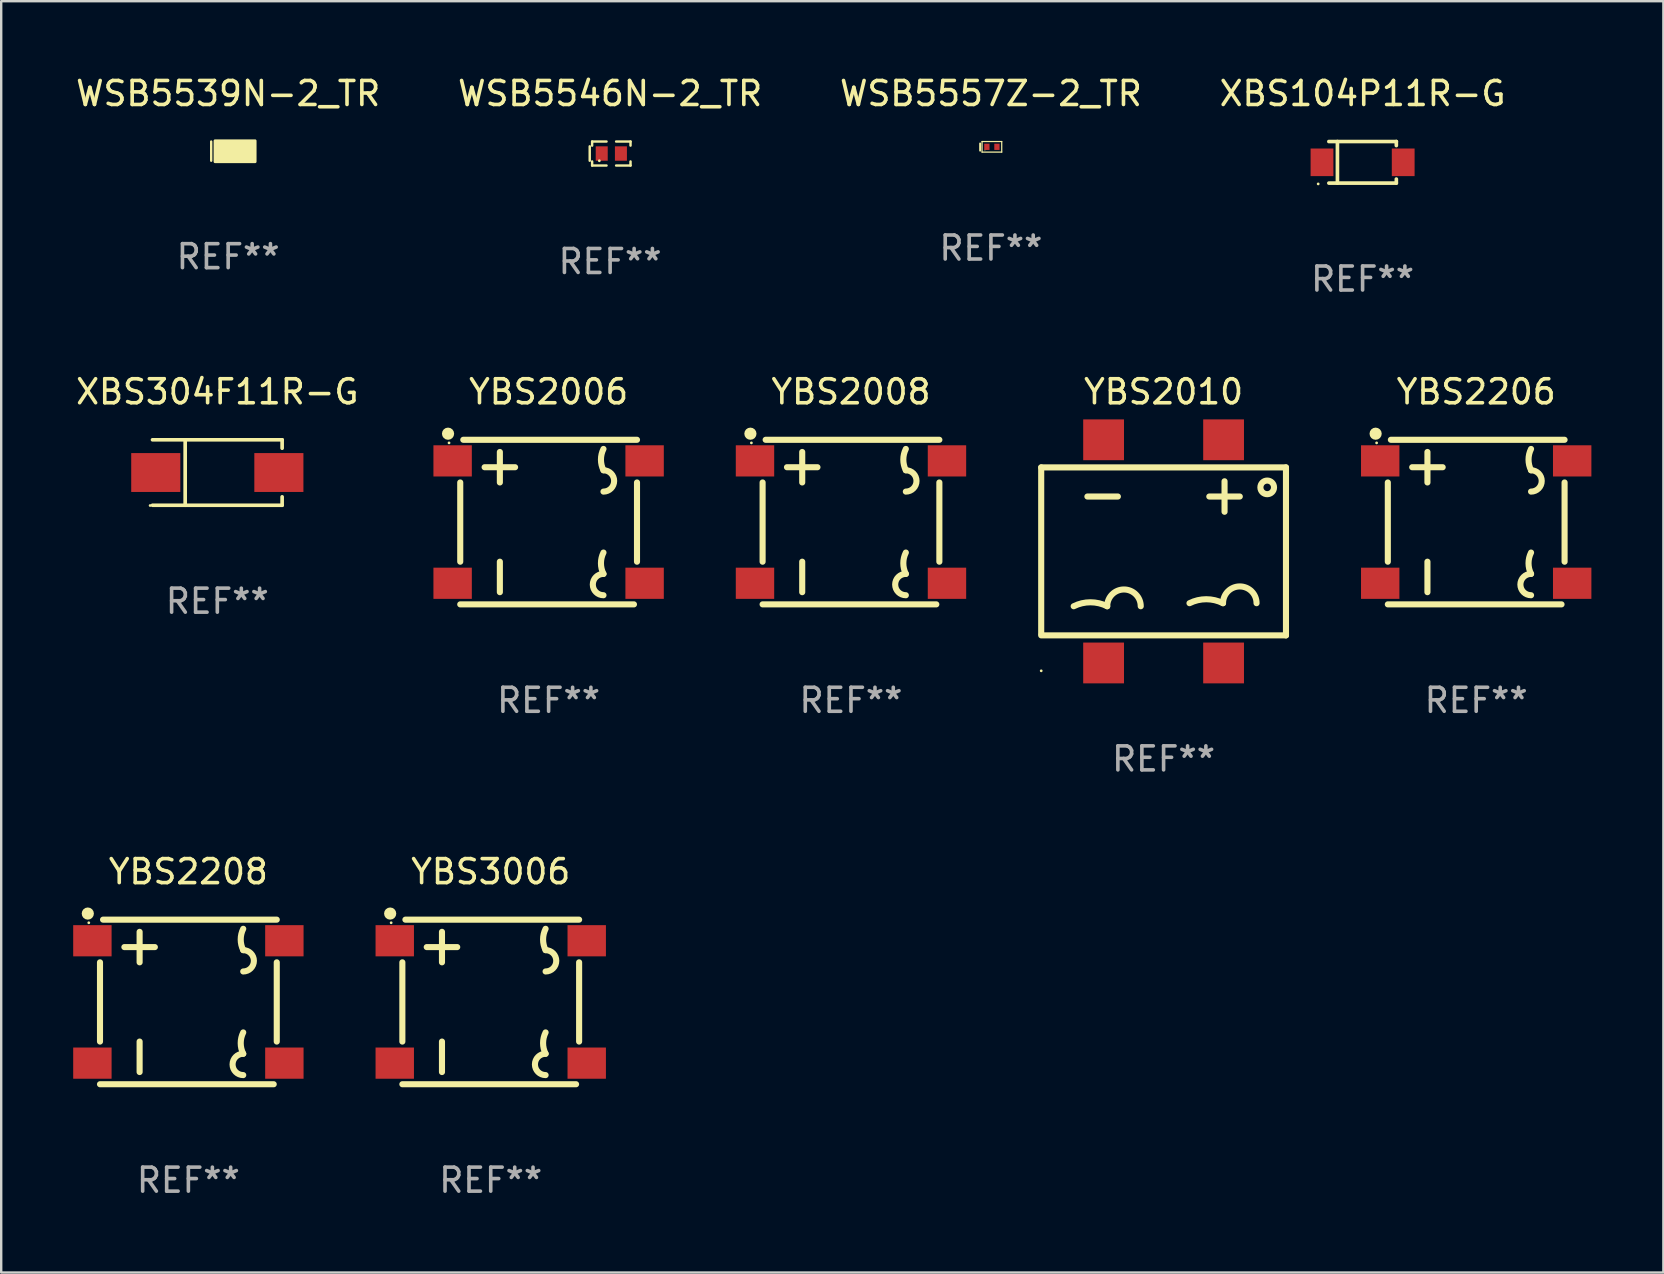
<source format=kicad_pcb>
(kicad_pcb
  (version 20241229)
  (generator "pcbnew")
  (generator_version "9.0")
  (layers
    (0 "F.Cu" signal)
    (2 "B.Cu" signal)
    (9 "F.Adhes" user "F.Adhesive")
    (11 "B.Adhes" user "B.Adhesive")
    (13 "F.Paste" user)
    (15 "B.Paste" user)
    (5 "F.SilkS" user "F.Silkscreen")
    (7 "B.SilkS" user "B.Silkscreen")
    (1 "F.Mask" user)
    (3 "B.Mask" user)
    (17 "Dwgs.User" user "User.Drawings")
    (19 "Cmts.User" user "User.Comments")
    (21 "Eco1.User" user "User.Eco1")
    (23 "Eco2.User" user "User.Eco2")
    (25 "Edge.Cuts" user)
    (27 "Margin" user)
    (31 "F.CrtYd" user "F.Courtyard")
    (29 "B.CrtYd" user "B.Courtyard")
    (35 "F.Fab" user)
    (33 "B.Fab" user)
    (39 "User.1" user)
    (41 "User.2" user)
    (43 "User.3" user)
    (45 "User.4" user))
  (footprint "YBS2010"
    (layer "F.Cu")
    (at 45.439 19.927)
    (property "Reference" "YBS2010" (at 0 -6.65 0) (layer "F.SilkS") (effects (font (size 1 1) (thickness 0.15))))
    (attr through_hole)
    (fp_line (start -5.1 -3.5) (end -5.1 3.429) (stroke (width 0.254) (type solid)) (layer "F.SilkS"))
    (fp_line (start -5.1 -3.5) (end 5.1 -3.5) (stroke (width 0.254) (type solid)) (layer "F.SilkS"))
    (fp_line (start -3.175 -2.286) (end -1.905 -2.286) (stroke (width 0.254) (type solid)) (layer "F.SilkS"))
    (fp_line (start 1.905 -2.286) (end 3.175 -2.286) (stroke (width 0.254) (type solid)) (layer "F.SilkS"))
    (fp_line (start 2.54 -1.651) (end 2.54 -2.921) (stroke (width 0.254) (type solid)) (layer "F.SilkS"))
    (fp_line (start 5.1 -3.5) (end 5.1 3.5) (stroke (width 0.254) (type solid)) (layer "F.SilkS"))
    (fp_line (start 5.1 3.5) (end -5.1 3.5) (stroke (width 0.254) (type solid)) (layer "F.SilkS"))
    (fp_arc (start -3.746495 2.286055) (mid -3.047993 2.121161) (end -2.349492 2.286055) (stroke (width 0.254001) (type solid)) (layer "F.SilkS"))
    (fp_arc (start -2.349493 2.286055) (mid -1.650991 1.587553) (end -0.952489 2.286055) (stroke (width 0.254001) (type solid)) (layer "F.SilkS"))
    (fp_arc (start 1.079515 2.159055) (mid 1.778016 1.994161) (end 2.476518 2.159055) (stroke (width 0.254001) (type solid)) (layer "F.SilkS"))
    (fp_arc (start 2.476518 2.159055) (mid 3.175019 1.460554) (end 3.87352 2.159055) (stroke (width 0.254001) (type solid)) (layer "F.SilkS"))
    (fp_circle (center -5.1 4.977) (end -5.07 4.977) (stroke (width 0.06) (type solid)) (fill no) (layer "F.SilkS"))
    (fp_circle (center 4.318 -2.667) (end 4.602 -2.667) (stroke (width 0.254) (type solid)) (fill no) (layer "F.SilkS"))
    (fp_text user "REF**" (at 0 8.65 0) (layer "F.Fab") (effects (font (size 1 1) (thickness 0.15))))
    (pad "1" smd rect (at -2.5 4.65) (size 1.7 1.7) (layers "F.Cu" "F.Mask" "F.Paste"))
    (pad "2" smd rect (at 2.5 4.65) (size 1.7 1.7) (layers "F.Cu" "F.Mask" "F.Paste"))
    (pad "3" smd rect (at 2.5 -4.65) (size 1.7 1.7) (layers "F.Cu" "F.Mask" "F.Paste"))
    (pad "4" smd rect (at -2.5 -4.65) (size 1.7 1.7) (layers "F.Cu" "F.Mask" "F.Paste")))
  (footprint "WSB5539N-2_TR"
    (layer "F.Cu")
    (at 6.458 3.248)
    (property "Reference" "WSB5539N-2_TR" (at 0 -2.4 0) (layer "F.SilkS") (effects (font (size 1 1) (thickness 0.15))))
    (attr through_hole)
    (fp_line (start -0.707 -0.4) (end -0.707 0.4) (stroke (width 0.1) (type solid)) (layer "F.SilkS"))
    (fp_circle (center -0.218 0.31) (end -0.188 0.31) (stroke (width 0.06) (type solid)) (fill no) (layer "F.SilkS"))
    (fp_poly (pts (xy -0.547 -0.43) (xy 1.123 -0.43) (xy 1.123 0.44) (xy -0.547 0.44)) (stroke (width 0.12) (type solid)) (fill yes) (layer "F.SilkS"))
    (fp_text user "REF**" (at 0 4.4 0) (layer "F.Fab") (effects (font (size 1 1) (thickness 0.15))))
    (pad "1" smd rect (at -0.142 0.01) (size 0.55 0.6) (layers "F.Cu" "F.Mask" "F.Paste"))
    (pad "2" smd rect (at 0.707 0.01) (size 0.55 0.6) (layers "F.Cu" "F.Mask" "F.Paste")))
  (footprint "XBS104P11R-G"
    (layer "F.Cu")
    (at 53.732 3.714)
    (property "Reference" "XBS104P11R-G" (at 0 -2.866 0) (layer "F.SilkS") (effects (font (size 1 1) (thickness 0.15))))
    (attr through_hole)
    (fp_line (start -1.406 -0.866) (end 1.406 -0.866) (stroke (width 0.152) (type solid)) (layer "F.SilkS"))
    (fp_line (start -1.406 0.866) (end 1.406 0.866) (stroke (width 0.152) (type solid)) (layer "F.SilkS"))
    (fp_line (start -1.049 -0.866) (end -1.049 0.866) (stroke (width 0.152) (type solid)) (layer "F.SilkS"))
    (fp_line (start 1.406 -0.866) (end 1.406 -0.698) (stroke (width 0.152) (type solid)) (layer "F.SilkS"))
    (fp_line (start 1.406 0.866) (end 1.406 0.698) (stroke (width 0.152) (type solid)) (layer "F.SilkS"))
    (fp_circle (center -1.851 0.9) (end -1.821 0.9) (stroke (width 0.06) (type solid)) (fill no) (layer "F.SilkS"))
    (fp_text user "REF**" (at 0 4.866 0) (layer "F.Fab") (effects (font (size 1 1) (thickness 0.15))))
    (pad "1" smd rect (at -1.692 0) (size 0.95 1.15) (layers "F.Cu" "F.Mask" "F.Paste"))
    (pad "2" smd rect (at 1.692 0) (size 0.95 1.15) (layers "F.Cu" "F.Mask" "F.Paste")))
  (footprint "YBS2208"
    (layer "F.Cu")
    (at 4.8 38.703)
    (property "Reference" "YBS2208" (at 0 -5.429 0) (layer "F.SilkS") (effects (font (size 1 1) (thickness 0.15))))
    (attr through_hole)
    (fp_line (start -3.683 1.651) (end -3.683 -1.651) (stroke (width 0.254) (type solid)) (layer "F.SilkS"))
    (fp_line (start -3.556 -3.429) (end 3.683 -3.429) (stroke (width 0.254) (type solid)) (layer "F.SilkS"))
    (fp_line (start -2.667 -2.286) (end -1.397 -2.286) (stroke (width 0.254) (type solid)) (layer "F.SilkS"))
    (fp_line (start -2.032 -1.651) (end -2.032 -2.921) (stroke (width 0.254) (type solid)) (layer "F.SilkS"))
    (fp_line (start -2.032 2.921) (end -2.032 1.651) (stroke (width 0.254) (type solid)) (layer "F.SilkS"))
    (fp_line (start 3.556 3.429) (end -3.683 3.429) (stroke (width 0.254) (type solid)) (layer "F.SilkS"))
    (fp_line (start 3.683 1.651) (end 3.683 -1.651) (stroke (width 0.254) (type solid)) (layer "F.SilkS"))
    (fp_arc (start 2.286005 -2.159005) (mid 2.181073 -2.603505) (end 2.286005 -3.048006) (stroke (width 0.254001) (type solid)) (layer "F.SilkS"))
    (fp_arc (start 2.286005 -2.159003) (mid 2.730505 -1.714503) (end 2.286005 -1.270003) (stroke (width 0.254001) (type solid)) (layer "F.SilkS"))
    (fp_arc (start 2.286005 2.159004) (mid 2.181072 1.714503) (end 2.286005 1.270003) (stroke (width 0.254001) (type solid)) (layer "F.SilkS"))
    (fp_arc (start 2.286005 3.048006) (mid 1.841504 2.603505) (end 2.286005 2.159004) (stroke (width 0.254001) (type solid)) (layer "F.SilkS"))
    (fp_circle (center -4.191 -3.683) (end -4.064 -3.683) (stroke (width 0.254) (type solid)) (fill no) (layer "F.SilkS"))
    (fp_circle (center -4.15 -3.3) (end -4.12 -3.3) (stroke (width 0.06) (type solid)) (fill no) (layer "F.SilkS"))
    (fp_text user "REF**" (at 0 7.429 0) (layer "F.Fab") (effects (font (size 1 1) (thickness 0.15))))
    (pad "1" smd rect (at -4 -2.55) (size 1.6 1.3) (layers "F.Cu" "F.Mask" "F.Paste"))
    (pad "2" smd rect (at 4 -2.55) (size 1.6 1.3) (layers "F.Cu" "F.Mask" "F.Paste"))
    (pad "3" smd rect (at -4 2.55) (size 1.6 1.3) (layers "F.Cu" "F.Mask" "F.Paste"))
    (pad "4" smd rect (at 4 2.55) (size 1.6 1.3) (layers "F.Cu" "F.Mask" "F.Paste")))
  (footprint "YBS3006"
    (layer "F.Cu")
    (at 17.4 38.703)
    (property "Reference" "YBS3006" (at 0 -5.429 0) (layer "F.SilkS") (effects (font (size 1 1) (thickness 0.15))))
    (attr through_hole)
    (fp_line (start -3.683 1.651) (end -3.683 -1.651) (stroke (width 0.254) (type solid)) (layer "F.SilkS"))
    (fp_line (start -3.556 -3.429) (end 3.683 -3.429) (stroke (width 0.254) (type solid)) (layer "F.SilkS"))
    (fp_line (start -2.667 -2.286) (end -1.397 -2.286) (stroke (width 0.254) (type solid)) (layer "F.SilkS"))
    (fp_line (start -2.032 -1.651) (end -2.032 -2.921) (stroke (width 0.254) (type solid)) (layer "F.SilkS"))
    (fp_line (start -2.032 2.921) (end -2.032 1.651) (stroke (width 0.254) (type solid)) (layer "F.SilkS"))
    (fp_line (start 3.556 3.429) (end -3.683 3.429) (stroke (width 0.254) (type solid)) (layer "F.SilkS"))
    (fp_line (start 3.683 1.651) (end 3.683 -1.651) (stroke (width 0.254) (type solid)) (layer "F.SilkS"))
    (fp_arc (start 2.286005 -2.159005) (mid 2.181073 -2.603505) (end 2.286005 -3.048006) (stroke (width 0.254001) (type solid)) (layer "F.SilkS"))
    (fp_arc (start 2.286005 -2.159003) (mid 2.730505 -1.714503) (end 2.286005 -1.270003) (stroke (width 0.254001) (type solid)) (layer "F.SilkS"))
    (fp_arc (start 2.286005 2.159004) (mid 2.181072 1.714503) (end 2.286005 1.270003) (stroke (width 0.254001) (type solid)) (layer "F.SilkS"))
    (fp_arc (start 2.286005 3.048006) (mid 1.841504 2.603505) (end 2.286005 2.159004) (stroke (width 0.254001) (type solid)) (layer "F.SilkS"))
    (fp_circle (center -4.191 -3.683) (end -4.064 -3.683) (stroke (width 0.254) (type solid)) (fill no) (layer "F.SilkS"))
    (fp_circle (center -4.15 -3.3) (end -4.12 -3.3) (stroke (width 0.06) (type solid)) (fill no) (layer "F.SilkS"))
    (fp_text user "REF**" (at 0 7.429 0) (layer "F.Fab") (effects (font (size 1 1) (thickness 0.15))))
    (pad "1" smd rect (at -4 -2.55) (size 1.6 1.3) (layers "F.Cu" "F.Mask" "F.Paste"))
    (pad "2" smd rect (at 4 -2.55) (size 1.6 1.3) (layers "F.Cu" "F.Mask" "F.Paste"))
    (pad "3" smd rect (at -4 2.55) (size 1.6 1.3) (layers "F.Cu" "F.Mask" "F.Paste"))
    (pad "4" smd rect (at 4 2.55) (size 1.6 1.3) (layers "F.Cu" "F.Mask" "F.Paste")))
  (footprint "YBS2206"
    (layer "F.Cu")
    (at 58.466 18.706)
    (property "Reference" "YBS2206" (at 0 -5.429 0) (layer "F.SilkS") (effects (font (size 1 1) (thickness 0.15))))
    (attr through_hole)
    (fp_line (start -3.683 1.651) (end -3.683 -1.651) (stroke (width 0.254) (type solid)) (layer "F.SilkS"))
    (fp_line (start -3.556 -3.429) (end 3.683 -3.429) (stroke (width 0.254) (type solid)) (layer "F.SilkS"))
    (fp_line (start -2.667 -2.286) (end -1.397 -2.286) (stroke (width 0.254) (type solid)) (layer "F.SilkS"))
    (fp_line (start -2.032 -1.651) (end -2.032 -2.921) (stroke (width 0.254) (type solid)) (layer "F.SilkS"))
    (fp_line (start -2.032 2.921) (end -2.032 1.651) (stroke (width 0.254) (type solid)) (layer "F.SilkS"))
    (fp_line (start 3.556 3.429) (end -3.683 3.429) (stroke (width 0.254) (type solid)) (layer "F.SilkS"))
    (fp_line (start 3.683 1.651) (end 3.683 -1.651) (stroke (width 0.254) (type solid)) (layer "F.SilkS"))
    (fp_arc (start 2.286005 -2.159005) (mid 2.181073 -2.603505) (end 2.286005 -3.048006) (stroke (width 0.254001) (type solid)) (layer "F.SilkS"))
    (fp_arc (start 2.286005 -2.159003) (mid 2.730505 -1.714503) (end 2.286005 -1.270003) (stroke (width 0.254001) (type solid)) (layer "F.SilkS"))
    (fp_arc (start 2.286005 2.159004) (mid 2.181072 1.714503) (end 2.286005 1.270003) (stroke (width 0.254001) (type solid)) (layer "F.SilkS"))
    (fp_arc (start 2.286005 3.048006) (mid 1.841504 2.603505) (end 2.286005 2.159004) (stroke (width 0.254001) (type solid)) (layer "F.SilkS"))
    (fp_circle (center -4.191 -3.683) (end -4.064 -3.683) (stroke (width 0.254) (type solid)) (fill no) (layer "F.SilkS"))
    (fp_circle (center -4.15 -3.3) (end -4.12 -3.3) (stroke (width 0.06) (type solid)) (fill no) (layer "F.SilkS"))
    (fp_text user "REF**" (at 0 7.429 0) (layer "F.Fab") (effects (font (size 1 1) (thickness 0.15))))
    (pad "1" smd rect (at -4 -2.55) (size 1.6 1.3) (layers "F.Cu" "F.Mask" "F.Paste"))
    (pad "2" smd rect (at 4 -2.55) (size 1.6 1.3) (layers "F.Cu" "F.Mask" "F.Paste"))
    (pad "3" smd rect (at -4 2.55) (size 1.6 1.3) (layers "F.Cu" "F.Mask" "F.Paste"))
    (pad "4" smd rect (at 4 2.55) (size 1.6 1.3) (layers "F.Cu" "F.Mask" "F.Paste")))
  (footprint "YBS2006"
    (layer "F.Cu")
    (at 19.812 18.706)
    (property "Reference" "YBS2006" (at 0 -5.429 0) (layer "F.SilkS") (effects (font (size 1 1) (thickness 0.15))))
    (attr through_hole)
    (fp_line (start -3.683 1.651) (end -3.683 -1.651) (stroke (width 0.254) (type solid)) (layer "F.SilkS"))
    (fp_line (start -3.556 -3.429) (end 3.683 -3.429) (stroke (width 0.254) (type solid)) (layer "F.SilkS"))
    (fp_line (start -2.667 -2.286) (end -1.397 -2.286) (stroke (width 0.254) (type solid)) (layer "F.SilkS"))
    (fp_line (start -2.032 -1.651) (end -2.032 -2.921) (stroke (width 0.254) (type solid)) (layer "F.SilkS"))
    (fp_line (start -2.032 2.921) (end -2.032 1.651) (stroke (width 0.254) (type solid)) (layer "F.SilkS"))
    (fp_line (start 3.556 3.429) (end -3.683 3.429) (stroke (width 0.254) (type solid)) (layer "F.SilkS"))
    (fp_line (start 3.683 1.651) (end 3.683 -1.651) (stroke (width 0.254) (type solid)) (layer "F.SilkS"))
    (fp_arc (start 2.286005 -2.159005) (mid 2.181073 -2.603505) (end 2.286005 -3.048006) (stroke (width 0.254001) (type solid)) (layer "F.SilkS"))
    (fp_arc (start 2.286005 -2.159003) (mid 2.730505 -1.714503) (end 2.286005 -1.270003) (stroke (width 0.254001) (type solid)) (layer "F.SilkS"))
    (fp_arc (start 2.286005 2.159004) (mid 2.181072 1.714503) (end 2.286005 1.270003) (stroke (width 0.254001) (type solid)) (layer "F.SilkS"))
    (fp_arc (start 2.286005 3.048006) (mid 1.841504 2.603505) (end 2.286005 2.159004) (stroke (width 0.254001) (type solid)) (layer "F.SilkS"))
    (fp_circle (center -4.191 -3.683) (end -4.064 -3.683) (stroke (width 0.254) (type solid)) (fill no) (layer "F.SilkS"))
    (fp_circle (center -4.15 -3.3) (end -4.12 -3.3) (stroke (width 0.06) (type solid)) (fill no) (layer "F.SilkS"))
    (fp_text user "REF**" (at 0 7.429 0) (layer "F.Fab") (effects (font (size 1 1) (thickness 0.15))))
    (pad "1" smd rect (at -4 -2.55) (size 1.6 1.3) (layers "F.Cu" "F.Mask" "F.Paste"))
    (pad "2" smd rect (at 4 -2.55) (size 1.6 1.3) (layers "F.Cu" "F.Mask" "F.Paste"))
    (pad "3" smd rect (at -4 2.55) (size 1.6 1.3) (layers "F.Cu" "F.Mask" "F.Paste"))
    (pad "4" smd rect (at 4 2.55) (size 1.6 1.3) (layers "F.Cu" "F.Mask" "F.Paste")))
  (footprint "XBS304F11R-G"
    (layer "F.Cu")
    (at 6.006 16.641)
    (property "Reference" "XBS304F11R-G" (at 0 -3.364 0) (layer "F.SilkS") (effects (font (size 1 1) (thickness 0.15))))
    (attr through_hole)
    (fp_line (start -2.701 -1.364) (end 2.701 -1.364) (stroke (width 0.152) (type solid)) (layer "F.SilkS"))
    (fp_line (start -2.701 1.364) (end 2.701 1.364) (stroke (width 0.152) (type solid)) (layer "F.SilkS"))
    (fp_line (start -1.339 -1.364) (end -1.339 1.364) (stroke (width 0.152) (type solid)) (layer "F.SilkS"))
    (fp_line (start 2.701 -1.364) (end 2.701 -1.013) (stroke (width 0.152) (type solid)) (layer "F.SilkS"))
    (fp_line (start 2.701 1.364) (end 2.701 1.013) (stroke (width 0.152) (type solid)) (layer "F.SilkS"))
    (fp_circle (center -2.8 1.375) (end -2.77 1.375) (stroke (width 0.06) (type solid)) (fill no) (layer "F.SilkS"))
    (fp_text user "REF**" (at 0 5.364 0) (layer "F.Fab") (effects (font (size 1 1) (thickness 0.15))))
    (pad "1" smd rect (at -2.565 -0.000025) (size 2.046 1.62) (layers "F.Cu" "F.Mask" "F.Paste"))
    (pad "2" smd rect (at 2.565 -0.000025) (size 2.046 1.62) (layers "F.Cu" "F.Mask" "F.Paste")))
  (footprint "WSB5557Z-2_TR"
    (layer "F.Cu")
    (at 38.244 3.068)
    (property "Reference" "WSB5557Z-2_TR" (at 0 -2.22 0) (layer "F.SilkS") (effects (font (size 1 1) (thickness 0.15))))
    (attr through_hole)
    (fp_line (start -0.45 -0.14) (end -0.45 0.16) (stroke (width 0.08) (type solid)) (layer "F.SilkS"))
    (fp_line (start -0.37 -0.22) (end 0.45 -0.22) (stroke (width 0.051) (type solid)) (layer "F.SilkS"))
    (fp_line (start -0.37 0.22) (end -0.37 -0.22) (stroke (width 0.051) (type solid)) (layer "F.SilkS"))
    (fp_line (start 0.45 -0.22) (end 0.45 0.22) (stroke (width 0.051) (type solid)) (layer "F.SilkS"))
    (fp_line (start 0.45 0.22) (end -0.37 0.22) (stroke (width 0.051) (type solid)) (layer "F.SilkS"))
    (fp_circle (center -0.25 0.14) (end -0.24 0.14) (stroke (width 0.02) (type solid)) (fill no) (layer "F.SilkS"))
    (fp_text user "REF**" (at 0 4.22 0) (layer "F.Fab") (effects (font (size 1 1) (thickness 0.15))))
    (pad "1" smd rect (at -0.17 0 90) (size 0.26 0.22) (layers "F.Cu" "F.Mask" "F.Paste"))
    (pad "2" smd rect (at 0.25 0 90) (size 0.26 0.22) (layers "F.Cu" "F.Mask" "F.Paste")))
  (footprint "YBS2008"
    (layer "F.Cu")
    (at 32.412 18.706)
    (property "Reference" "YBS2008" (at 0 -5.429 0) (layer "F.SilkS") (effects (font (size 1 1) (thickness 0.15))))
    (attr through_hole)
    (fp_line (start -3.683 1.651) (end -3.683 -1.651) (stroke (width 0.254) (type solid)) (layer "F.SilkS"))
    (fp_line (start -3.556 -3.429) (end 3.683 -3.429) (stroke (width 0.254) (type solid)) (layer "F.SilkS"))
    (fp_line (start -2.667 -2.286) (end -1.397 -2.286) (stroke (width 0.254) (type solid)) (layer "F.SilkS"))
    (fp_line (start -2.032 -1.651) (end -2.032 -2.921) (stroke (width 0.254) (type solid)) (layer "F.SilkS"))
    (fp_line (start -2.032 2.921) (end -2.032 1.651) (stroke (width 0.254) (type solid)) (layer "F.SilkS"))
    (fp_line (start 3.556 3.429) (end -3.683 3.429) (stroke (width 0.254) (type solid)) (layer "F.SilkS"))
    (fp_line (start 3.683 1.651) (end 3.683 -1.651) (stroke (width 0.254) (type solid)) (layer "F.SilkS"))
    (fp_arc (start 2.286005 -2.159005) (mid 2.181073 -2.603505) (end 2.286005 -3.048006) (stroke (width 0.254001) (type solid)) (layer "F.SilkS"))
    (fp_arc (start 2.286005 -2.159003) (mid 2.730505 -1.714503) (end 2.286005 -1.270003) (stroke (width 0.254001) (type solid)) (layer "F.SilkS"))
    (fp_arc (start 2.286005 2.159004) (mid 2.181072 1.714503) (end 2.286005 1.270003) (stroke (width 0.254001) (type solid)) (layer "F.SilkS"))
    (fp_arc (start 2.286005 3.048006) (mid 1.841504 2.603505) (end 2.286005 2.159004) (stroke (width 0.254001) (type solid)) (layer "F.SilkS"))
    (fp_circle (center -4.191 -3.683) (end -4.064 -3.683) (stroke (width 0.254) (type solid)) (fill no) (layer "F.SilkS"))
    (fp_circle (center -4.15 -3.3) (end -4.12 -3.3) (stroke (width 0.06) (type solid)) (fill no) (layer "F.SilkS"))
    (fp_text user "REF**" (at 0 7.429 0) (layer "F.Fab") (effects (font (size 1 1) (thickness 0.15))))
    (pad "1" smd rect (at -4 -2.55) (size 1.6 1.3) (layers "F.Cu" "F.Mask" "F.Paste"))
    (pad "2" smd rect (at 4 -2.55) (size 1.6 1.3) (layers "F.Cu" "F.Mask" "F.Paste"))
    (pad "3" smd rect (at -4 2.55) (size 1.6 1.3) (layers "F.Cu" "F.Mask" "F.Paste"))
    (pad "4" smd rect (at 4 2.55) (size 1.6 1.3) (layers "F.Cu" "F.Mask" "F.Paste")))
  (footprint "WSB5546N-2_TR"
    (layer "F.Cu")
    (at 22.375 3.348)
    (property "Reference" "WSB5546N-2_TR" (at 0 -2.5 0) (layer "F.SilkS") (effects (font (size 1 1) (thickness 0.15))))
    (attr through_hole)
    (fp_line (start -0.85 -0.3) (end -0.85 0.3) (stroke (width 0.102) (type solid)) (layer "F.SilkS"))
    (fp_line (start -0.75 -0.5) (end -0.75 -0.329) (stroke (width 0.102) (type solid)) (layer "F.SilkS"))
    (fp_line (start -0.75 0.329) (end -0.75 0.5) (stroke (width 0.102) (type solid)) (layer "F.SilkS"))
    (fp_line (start -0.75 0.5) (end -0.15 0.5) (stroke (width 0.102) (type solid)) (layer "F.SilkS"))
    (fp_line (start -0.15 -0.5) (end -0.75 -0.5) (stroke (width 0.102) (type solid)) (layer "F.SilkS"))
    (fp_line (start 0.25 -0.5) (end 0.85 -0.5) (stroke (width 0.102) (type solid)) (layer "F.SilkS"))
    (fp_line (start 0.85 -0.5) (end 0.85 -0.33) (stroke (width 0.102) (type solid)) (layer "F.SilkS"))
    (fp_line (start 0.85 0.33) (end 0.85 0.5) (stroke (width 0.102) (type solid)) (layer "F.SilkS"))
    (fp_line (start 0.85 0.5) (end 0.25 0.5) (stroke (width 0.102) (type solid)) (layer "F.SilkS"))
    (fp_circle (center -0.45 0.3) (end -0.42 0.3) (stroke (width 0.06) (type solid)) (fill no) (layer "F.SilkS"))
    (fp_text user "REF**" (at 0 4.5 0) (layer "F.Fab") (effects (font (size 1 1) (thickness 0.15))))
    (pad "1" smd rect (at -0.35 0) (size 0.5 0.6) (layers "F.Cu" "F.Mask" "F.Paste"))
    (pad "2" smd rect (at 0.45 0) (size 0.5 0.6) (layers "F.Cu" "F.Mask" "F.Paste")))
  (gr_rect
    (start -3 -3)
    (end 66.266 49.98)
    (stroke (width 0.1) (type default))
    (fill no)
    (layer "Edge.Cuts")))
</source>
